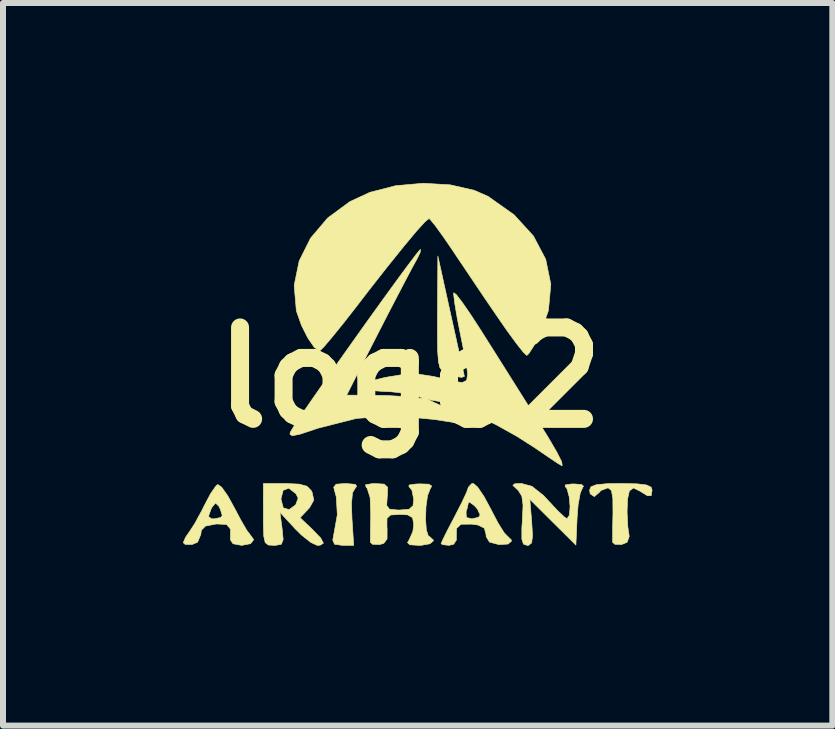
<source format=kicad_pcb>
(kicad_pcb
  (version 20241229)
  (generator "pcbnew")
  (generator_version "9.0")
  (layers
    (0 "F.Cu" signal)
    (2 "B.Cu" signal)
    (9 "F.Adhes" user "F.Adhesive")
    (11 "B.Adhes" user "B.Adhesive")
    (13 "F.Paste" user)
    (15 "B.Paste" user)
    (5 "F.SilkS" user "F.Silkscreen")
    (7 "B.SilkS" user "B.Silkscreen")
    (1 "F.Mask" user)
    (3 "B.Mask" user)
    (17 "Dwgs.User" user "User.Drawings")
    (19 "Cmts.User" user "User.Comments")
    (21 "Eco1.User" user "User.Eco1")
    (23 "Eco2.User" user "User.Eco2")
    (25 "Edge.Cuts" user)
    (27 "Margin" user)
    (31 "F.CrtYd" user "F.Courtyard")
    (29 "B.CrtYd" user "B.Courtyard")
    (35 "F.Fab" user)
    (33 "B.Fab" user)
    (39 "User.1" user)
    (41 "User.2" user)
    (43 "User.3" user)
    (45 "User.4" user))
  (footprint "logo2"
    (layer "F.Cu")
    (at 3.782 3.243)
    (property "Reference" "logo2" (at 0 0 0) (layer "F.SilkS") (effects (font (size 1.524 1.524) (thickness 0.3))))
    (attr through_hole)
    (fp_poly (pts (xy 0.686 -1.031) (xy 0.766 -0.671) (xy 0.833 -0.366) (xy 0.882 -0.143) (xy 0.907 -0.028) (xy 0.909 -0.018) (xy 0.862 -0.002) (xy 0.741 -0.025) (xy 0.602 -0.076) (xy 0.542 -0.11) (xy 0.501 -0.164) (xy 0.477 -0.264) (xy 0.464 -0.436) (xy 0.46 -0.704) (xy 0.461 -1.084) (xy 0.467 -2.025) (xy 0.686 -1.031)) (stroke (width 0.01) (type solid)) (fill yes) (layer "F.SilkS"))
    (fp_poly (pts (xy -1.057 1.768) (xy -0.908 1.781) (xy -0.886 1.817) (xy -0.904 1.833) (xy -0.956 1.921) (xy -0.973 2.103) (xy -0.965 2.348) (xy -0.936 2.798) (xy -1.124 2.798) (xy -1.255 2.779) (xy -1.285 2.709) (xy -1.277 2.669) (xy -1.209 2.288) (xy -1.226 1.99) (xy -1.239 1.946) (xy -1.269 1.829) (xy -1.23 1.779) (xy -1.095 1.768) (xy -1.057 1.768)) (stroke (width 0.01) (type solid)) (fill yes) (layer "F.SilkS"))
    (fp_poly (pts (xy 3.784 1.772) (xy 3.945 1.791) (xy 4.021 1.828) (xy 4.038 1.877) (xy 4.022 1.971) (xy 3.957 1.969) (xy 3.84 1.896) (xy 3.728 1.841) (xy 3.663 1.887) (xy 3.658 1.896) (xy 3.629 2.028) (xy 3.621 2.244) (xy 3.633 2.484) (xy 3.657 2.649) (xy 3.622 2.746) (xy 3.533 2.783) (xy 3.417 2.78) (xy 3.381 2.748) (xy 3.38 2.646) (xy 3.382 2.446) (xy 3.386 2.264) (xy 3.384 2.016) (xy 3.361 1.885) (xy 3.309 1.841) (xy 3.297 1.841) (xy 3.185 1.883) (xy 3.159 1.914) (xy 3.075 1.985) (xy 3.007 1.94) (xy 2.996 1.877) (xy 3.02 1.821) (xy 3.109 1.787) (xy 3.286 1.77) (xy 3.517 1.767) (xy 3.784 1.772)) (stroke (width 0.01) (type solid)) (fill yes) (layer "F.SilkS"))
    (fp_poly (pts (xy 2.034 1.813) (xy 2.226 1.965) (xy 2.314 2.059) (xy 2.464 2.22) (xy 2.578 2.327) (xy 2.621 2.354) (xy 2.66 2.295) (xy 2.671 2.152) (xy 2.656 1.986) (xy 2.62 1.854) (xy 2.589 1.816) (xy 2.59 1.791) (xy 2.695 1.775) (xy 2.735 1.774) (xy 2.865 1.784) (xy 2.896 1.815) (xy 2.885 1.825) (xy 2.841 1.924) (xy 2.805 2.123) (xy 2.788 2.337) (xy 2.768 2.793) (xy 2.384 2.412) (xy 2 2.03) (xy 2.032 2.414) (xy 2.045 2.641) (xy 2.03 2.757) (xy 1.98 2.796) (xy 1.955 2.798) (xy 1.894 2.777) (xy 1.867 2.693) (xy 1.867 2.512) (xy 1.876 2.381) (xy 1.887 2.128) (xy 1.867 1.977) (xy 1.809 1.884) (xy 1.788 1.865) (xy 1.717 1.797) (xy 1.75 1.771) (xy 1.862 1.767) (xy 2.034 1.813)) (stroke (width 0.01) (type solid)) (fill yes) (layer "F.SilkS"))
    (fp_poly (pts (xy -1.845 1.777) (xy -1.713 1.814) (xy -1.64 1.89) (xy -1.63 1.911) (xy -1.601 2.043) (xy -1.671 2.168) (xy -1.696 2.196) (xy -1.83 2.337) (xy -1.631 2.526) (xy -1.485 2.677) (xy -1.441 2.762) (xy -1.495 2.795) (xy -1.544 2.798) (xy -1.651 2.749) (xy -1.806 2.626) (xy -1.911 2.522) (xy -2.166 2.246) (xy -2.129 2.522) (xy -2.112 2.701) (xy -2.142 2.779) (xy -2.239 2.798) (xy -2.267 2.798) (xy -2.359 2.792) (xy -2.411 2.752) (xy -2.435 2.646) (xy -2.442 2.443) (xy -2.442 2.283) (xy -2.442 2.025) (xy -2.149 2.025) (xy -2.11 2.173) (xy -2.012 2.202) (xy -1.903 2.122) (xy -1.862 2.012) (xy -1.898 1.938) (xy -2.017 1.845) (xy -2.112 1.88) (xy -2.149 2.025) (xy -2.442 2.025) (xy -2.442 1.767) (xy -2.07 1.767) (xy -1.845 1.777)) (stroke (width 0.01) (type solid)) (fill yes) (layer "F.SilkS"))
    (fp_poly (pts (xy -3.137 1.829) (xy -3.035 1.973) (xy -2.928 2.167) (xy -2.812 2.386) (xy -2.716 2.55) (xy -2.664 2.618) (xy -2.603 2.703) (xy -2.655 2.77) (xy -2.802 2.798) (xy -2.803 2.798) (xy -2.948 2.771) (xy -2.991 2.706) (xy -2.989 2.528) (xy -3.054 2.45) (xy -3.216 2.441) (xy -3.24 2.444) (xy -3.406 2.476) (xy -3.476 2.546) (xy -3.484 2.614) (xy -3.538 2.745) (xy -3.631 2.784) (xy -3.745 2.782) (xy -3.777 2.753) (xy -3.738 2.662) (xy -3.674 2.57) (xy -3.581 2.427) (xy -3.521 2.316) (xy -3.357 2.316) (xy -3.308 2.354) (xy -3.259 2.356) (xy -3.152 2.333) (xy -3.127 2.301) (xy -3.159 2.196) (xy -3.185 2.144) (xy -3.24 2.092) (xy -3.3 2.165) (xy -3.317 2.199) (xy -3.357 2.316) (xy -3.521 2.316) (xy -3.468 2.219) (xy -3.422 2.126) (xy -3.321 1.935) (xy -3.233 1.809) (xy -3.202 1.783) (xy -3.137 1.829)) (stroke (width 0.01) (type solid)) (fill yes) (layer "F.SilkS"))
    (fp_poly (pts (xy 0.673 -3.212) (xy 1.075 -3.12) (xy 1.303 -3.02) (xy 1.738 -2.712) (xy 2.06 -2.359) (xy 2.265 -1.97) (xy 2.35 -1.553) (xy 2.31 -1.117) (xy 2.171 -0.728) (xy 2.068 -0.53) (xy 1.984 -0.4) (xy 1.949 -0.368) (xy 1.891 -0.423) (xy 1.774 -0.571) (xy 1.616 -0.787) (xy 1.485 -0.976) (xy 1.257 -1.31) (xy 1.01 -1.677) (xy 0.784 -2.013) (xy 0.715 -2.117) (xy 0.554 -2.352) (xy 0.422 -2.534) (xy 0.337 -2.637) (xy 0.319 -2.65) (xy 0.251 -2.595) (xy 0.107 -2.436) (xy -0.106 -2.18) (xy -0.382 -1.837) (xy -0.712 -1.416) (xy -0.909 -1.159) (xy -1.119 -0.891) (xy -1.3 -0.668) (xy -1.433 -0.511) (xy -1.503 -0.443) (xy -1.507 -0.442) (xy -1.594 -0.504) (xy -1.702 -0.661) (xy -1.807 -0.871) (xy -1.885 -1.092) (xy -1.893 -1.123) (xy -1.928 -1.536) (xy -1.845 -1.942) (xy -1.655 -2.323) (xy -1.37 -2.659) (xy -1.001 -2.931) (xy -0.666 -3.087) (xy -0.238 -3.197) (xy 0.222 -3.238) (xy 0.673 -3.212)) (stroke (width 0.01) (type solid)) (fill yes) (layer "F.SilkS"))
    (fp_poly (pts (xy 1.13 1.827) (xy 1.237 1.985) (xy 1.356 2.206) (xy 1.357 2.209) (xy 1.473 2.43) (xy 1.572 2.588) (xy 1.632 2.65) (xy 1.633 2.65) (xy 1.691 2.707) (xy 1.693 2.729) (xy 1.637 2.776) (xy 1.496 2.785) (xy 1.482 2.784) (xy 1.328 2.744) (xy 1.272 2.652) (xy 1.27 2.614) (xy 1.242 2.511) (xy 1.136 2.459) (xy 1.026 2.444) (xy 0.853 2.446) (xy 0.778 2.515) (xy 0.774 2.681) (xy 0.777 2.706) (xy 0.731 2.779) (xy 0.654 2.798) (xy 0.547 2.786) (xy 0.521 2.77) (xy 0.552 2.698) (xy 0.633 2.535) (xy 0.748 2.316) (xy 0.749 2.314) (xy 0.787 2.239) (xy 0.937 2.239) (xy 0.942 2.333) (xy 1.035 2.356) (xy 1.145 2.33) (xy 1.172 2.291) (xy 1.128 2.195) (xy 1.075 2.135) (xy 0.995 2.077) (xy 0.977 2.083) (xy 0.956 2.179) (xy 0.937 2.239) (xy 0.787 2.239) (xy 0.864 2.09) (xy 0.946 1.914) (xy 0.977 1.827) (xy 1.029 1.771) (xy 1.06 1.767) (xy 1.13 1.827)) (stroke (width 0.01) (type solid)) (fill yes) (layer "F.SilkS"))
    (fp_poly (pts (xy -0.428 1.777) (xy -0.37 1.829) (xy -0.374 1.963) (xy -0.377 1.988) (xy -0.386 2.134) (xy -0.339 2.195) (xy -0.2 2.209) (xy -0.17 2.209) (xy -0.013 2.196) (xy 0.053 2.137) (xy 0.065 2.031) (xy 0.035 1.88) (xy -0.016 1.816) (xy -0.012 1.792) (xy 0.096 1.776) (xy 0.16 1.773) (xy 0.318 1.778) (xy 0.365 1.811) (xy 0.339 1.855) (xy 0.295 1.968) (xy 0.269 2.153) (xy 0.262 2.361) (xy 0.275 2.541) (xy 0.309 2.643) (xy 0.326 2.65) (xy 0.389 2.706) (xy 0.391 2.724) (xy 0.333 2.772) (xy 0.191 2.797) (xy 0.15 2.798) (xy -0.001 2.788) (xy -0.039 2.751) (xy -0.013 2.709) (xy 0.05 2.568) (xy 0.065 2.452) (xy 0.046 2.337) (xy -0.036 2.29) (xy -0.168 2.282) (xy -0.322 2.292) (xy -0.381 2.348) (xy -0.382 2.49) (xy -0.379 2.522) (xy -0.38 2.691) (xy -0.436 2.766) (xy -0.505 2.784) (xy -0.621 2.78) (xy -0.657 2.748) (xy -0.658 2.645) (xy -0.655 2.447) (xy -0.652 2.29) (xy -0.662 2.002) (xy -0.711 1.847) (xy -0.728 1.831) (xy -0.739 1.788) (xy -0.626 1.769) (xy -0.581 1.768) (xy -0.428 1.777)) (stroke (width 0.01) (type solid)) (fill yes) (layer "F.SilkS"))
    (fp_poly (pts (xy 0.171 -2.083) (xy 0.115 -1.969) (xy 0.044 -1.84) (xy -0.077 -1.611) (xy -0.234 -1.31) (xy -0.412 -0.967) (xy -0.596 -0.607) (xy -0.773 -0.261) (xy -0.896 -0.018) (xy -1.053 0.294) (xy -0.641 0.295) (xy -0.37 0.301) (xy -0.109 0.316) (xy 0.033 0.33) (xy 0.183 0.347) (xy 0.212 0.342) (xy 0.127 0.31) (xy 0.098 0.301) (xy -0.079 0.264) (xy -0.32 0.237) (xy -0.472 0.23) (xy -0.673 0.214) (xy -0.809 0.184) (xy -0.847 0.154) (xy -0.788 0.109) (xy -0.632 0.054) (xy -0.413 -0.001) (xy -0.389 -0.005) (xy -0.099 -0.053) (xy 0.139 -0.057) (xy 0.399 -0.016) (xy 0.523 0.012) (xy 0.736 0.064) (xy 0.874 0.084) (xy 0.947 0.049) (xy 0.964 -0.061) (xy 0.935 -0.267) (xy 0.869 -0.591) (xy 0.845 -0.709) (xy 0.788 -1.001) (xy 0.748 -1.239) (xy 0.73 -1.387) (xy 0.732 -1.413) (xy 0.774 -1.382) (xy 0.875 -1.251) (xy 1.02 -1.04) (xy 1.195 -0.77) (xy 1.203 -0.757) (xy 1.438 -0.385) (xy 1.699 0.03) (xy 1.947 0.424) (xy 2.072 0.622) (xy 2.301 0.989) (xy 2.452 1.247) (xy 2.531 1.405) (xy 2.54 1.467) (xy 2.531 1.469) (xy 2.468 1.432) (xy 2.324 1.336) (xy 2.128 1.202) (xy 2.095 1.179) (xy 1.787 0.982) (xy 1.441 0.789) (xy 1.093 0.618) (xy 0.78 0.485) (xy 0.536 0.408) (xy 0.506 0.402) (xy 0.293 0.365) (xy 0.521 0.469) (xy 0.733 0.565) (xy 0.931 0.654) (xy 0.937 0.657) (xy 1.073 0.729) (xy 1.084 0.768) (xy 0.97 0.775) (xy 0.73 0.749) (xy 0.413 0.7) (xy -0.258 0.635) (xy -0.891 0.682) (xy -1.536 0.846) (xy -1.617 0.874) (xy -1.838 0.947) (xy -1.959 0.97) (xy -1.998 0.947) (xy -1.993 0.913) (xy -1.944 0.83) (xy -1.828 0.655) (xy -1.658 0.406) (xy -1.445 0.101) (xy -1.205 -0.241) (xy -0.949 -0.602) (xy -0.692 -0.963) (xy -0.445 -1.306) (xy -0.222 -1.613) (xy -0.037 -1.864) (xy 0.098 -2.043) (xy 0.17 -2.13) (xy 0.178 -2.135) (xy 0.171 -2.083)) (stroke (width 0.01) (type solid)) (fill yes) (layer "F.SilkS")))
  (gr_rect
    (start -3 -3)
    (end 10.825 9.046)
    (stroke (width 0.1) (type default))
    (fill no)
    (layer "Edge.Cuts")))
</source>
